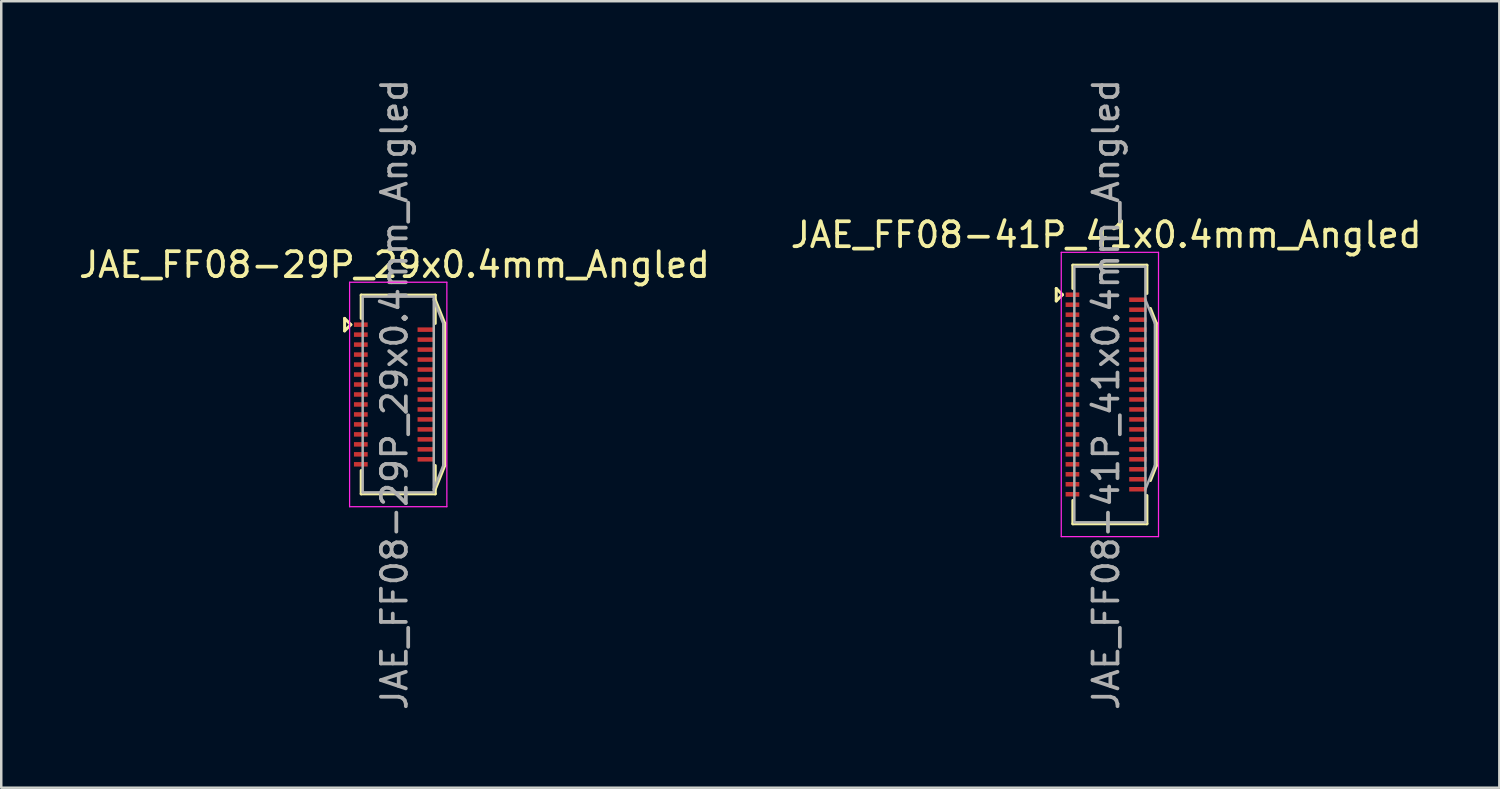
<source format=kicad_pcb>
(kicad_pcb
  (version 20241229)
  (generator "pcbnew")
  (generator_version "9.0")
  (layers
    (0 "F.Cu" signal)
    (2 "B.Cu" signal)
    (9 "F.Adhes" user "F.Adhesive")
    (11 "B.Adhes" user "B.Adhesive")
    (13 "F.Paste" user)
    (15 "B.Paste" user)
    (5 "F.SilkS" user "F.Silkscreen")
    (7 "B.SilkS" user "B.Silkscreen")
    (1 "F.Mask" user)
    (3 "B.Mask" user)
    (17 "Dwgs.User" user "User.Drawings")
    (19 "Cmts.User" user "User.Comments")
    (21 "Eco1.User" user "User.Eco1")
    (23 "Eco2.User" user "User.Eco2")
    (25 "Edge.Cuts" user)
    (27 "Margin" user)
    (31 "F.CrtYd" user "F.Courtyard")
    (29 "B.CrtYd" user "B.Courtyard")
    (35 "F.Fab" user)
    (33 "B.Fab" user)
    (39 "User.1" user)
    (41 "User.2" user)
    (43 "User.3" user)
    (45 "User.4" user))
  (footprint "JAE_FF08-29P_29x0.4mm_Angled"
    (layer "F.Cu")
    (at 12.768 12.768)
    (property "Reference" "JAE_FF08-29P_29x0.4mm_Angled" (at 0 -5.2 0) (layer "F.SilkS") (effects (font (size 1 1) (thickness 0.15))))
    (attr smd)
    (fp_line (start -2 -3.05) (end -1.75 -2.8) (stroke (width 0.12) (type solid)) (layer "F.SilkS"))
    (fp_line (start -2 -2.55) (end -2 -3.05) (stroke (width 0.12) (type solid)) (layer "F.SilkS"))
    (fp_line (start -1.75 -2.8) (end -2 -2.55) (stroke (width 0.12) (type solid)) (layer "F.SilkS"))
    (fp_line (start -1.335 -3.985) (end -1.335 -3.05) (stroke (width 0.12) (type solid)) (layer "F.SilkS"))
    (fp_line (start -1.335 -3.985) (end 1.635 -3.985) (stroke (width 0.12) (type solid)) (layer "F.SilkS"))
    (fp_line (start -1.335 3.985) (end -1.335 3.05) (stroke (width 0.12) (type solid)) (layer "F.SilkS"))
    (fp_line (start 1.635 -3.985) (end 1.635 -2.85) (stroke (width 0.12) (type solid)) (layer "F.SilkS"))
    (fp_line (start 1.635 -3.8) (end 2.015 -2.85) (stroke (width 0.12) (type solid)) (layer "F.SilkS"))
    (fp_line (start 1.635 2.85) (end 1.635 3.985) (stroke (width 0.12) (type solid)) (layer "F.SilkS"))
    (fp_line (start 1.635 3.8) (end 2.015 2.85) (stroke (width 0.12) (type solid)) (layer "F.SilkS"))
    (fp_line (start 1.635 3.985) (end -1.335 3.985) (stroke (width 0.12) (type solid)) (layer "F.SilkS"))
    (fp_line (start 2.015 -2.85) (end 2.015 2.85) (stroke (width 0.12) (type solid)) (layer "F.SilkS"))
    (fp_line (start -1.8 -4.5) (end 2.1 -4.5) (stroke (width 0.05) (type solid)) (layer "F.CrtYd"))
    (fp_line (start -1.8 4.5) (end -1.8 -4.5) (stroke (width 0.05) (type solid)) (layer "F.CrtYd"))
    (fp_line (start 2.1 -4.5) (end 2.1 4.5) (stroke (width 0.05) (type solid)) (layer "F.CrtYd"))
    (fp_line (start 2.1 4.5) (end -1.8 4.5) (stroke (width 0.05) (type solid)) (layer "F.CrtYd"))
    (fp_line (start -1.275 -3.925) (end 1.575 -3.925) (stroke (width 0.1) (type solid)) (layer "F.Fab"))
    (fp_line (start -1.275 3.925) (end -1.275 -3.925) (stroke (width 0.1) (type solid)) (layer "F.Fab"))
    (fp_line (start -1.275 3.925) (end 1.575 3.925) (stroke (width 0.1) (type solid)) (layer "F.Fab"))
    (fp_line (start 1.575 3.925) (end 1.575 -3.925) (stroke (width 0.1) (type solid)) (layer "F.Fab"))
    (fp_line (start 1.955 -2.85) (end 1.575 -3.8) (stroke (width 0.1) (type solid)) (layer "F.Fab"))
    (fp_line (start 1.955 2.85) (end 1.575 3.8) (stroke (width 0.1) (type solid)) (layer "F.Fab"))
    (fp_line (start 1.955 2.85) (end 1.955 -2.85) (stroke (width 0.1) (type solid)) (layer "F.Fab"))
    (fp_text user "${REFERENCE}" (at 0 0 90) (layer "F.Fab") (effects (font (size 1 1) (thickness 0.15))))
    (pad "1" smd rect (at -1.35 -2.8 90) (size 0.18 0.55) (layers "F.Cu" "F.Mask" "F.Paste"))
    (pad "2" smd rect (at 1.275 -2.6 90) (size 0.18 0.7) (layers "F.Cu" "F.Mask" "F.Paste"))
    (pad "3" smd rect (at -1.35 -2.4 90) (size 0.18 0.55) (layers "F.Cu" "F.Mask" "F.Paste"))
    (pad "4" smd rect (at 1.275 -2.2 90) (size 0.18 0.7) (layers "F.Cu" "F.Mask" "F.Paste"))
    (pad "5" smd rect (at -1.35 -2 90) (size 0.18 0.55) (layers "F.Cu" "F.Mask" "F.Paste"))
    (pad "6" smd rect (at 1.275 -1.8 90) (size 0.18 0.7) (layers "F.Cu" "F.Mask" "F.Paste"))
    (pad "7" smd rect (at -1.35 -1.6 90) (size 0.18 0.55) (layers "F.Cu" "F.Mask" "F.Paste"))
    (pad "8" smd rect (at 1.275 -1.4 90) (size 0.18 0.7) (layers "F.Cu" "F.Mask" "F.Paste"))
    (pad "9" smd rect (at -1.35 -1.2 90) (size 0.18 0.55) (layers "F.Cu" "F.Mask" "F.Paste"))
    (pad "10" smd rect (at 1.275 -1 90) (size 0.18 0.7) (layers "F.Cu" "F.Mask" "F.Paste"))
    (pad "11" smd rect (at -1.35 -0.8 90) (size 0.18 0.55) (layers "F.Cu" "F.Mask" "F.Paste"))
    (pad "12" smd rect (at 1.275 -0.6 90) (size 0.18 0.7) (layers "F.Cu" "F.Mask" "F.Paste"))
    (pad "13" smd rect (at -1.35 -0.4 90) (size 0.18 0.55) (layers "F.Cu" "F.Mask" "F.Paste"))
    (pad "14" smd rect (at 1.275 -0.2 90) (size 0.18 0.7) (layers "F.Cu" "F.Mask" "F.Paste"))
    (pad "15" smd rect (at -1.35 0 90) (size 0.18 0.55) (layers "F.Cu" "F.Mask" "F.Paste"))
    (pad "16" smd rect (at 1.275 0.2 90) (size 0.18 0.7) (layers "F.Cu" "F.Mask" "F.Paste"))
    (pad "17" smd rect (at -1.35 0.4 90) (size 0.18 0.55) (layers "F.Cu" "F.Mask" "F.Paste"))
    (pad "18" smd rect (at 1.275 0.6 90) (size 0.18 0.7) (layers "F.Cu" "F.Mask" "F.Paste"))
    (pad "19" smd rect (at -1.35 0.8 90) (size 0.18 0.55) (layers "F.Cu" "F.Mask" "F.Paste"))
    (pad "20" smd rect (at 1.275 1 90) (size 0.18 0.7) (layers "F.Cu" "F.Mask" "F.Paste"))
    (pad "21" smd rect (at -1.35 1.2 90) (size 0.18 0.55) (layers "F.Cu" "F.Mask" "F.Paste"))
    (pad "22" smd rect (at 1.275 1.4 90) (size 0.18 0.7) (layers "F.Cu" "F.Mask" "F.Paste"))
    (pad "23" smd rect (at -1.35 1.6 90) (size 0.18 0.55) (layers "F.Cu" "F.Mask" "F.Paste"))
    (pad "24" smd rect (at 1.275 1.8 90) (size 0.18 0.7) (layers "F.Cu" "F.Mask" "F.Paste"))
    (pad "25" smd rect (at -1.35 2 90) (size 0.18 0.55) (layers "F.Cu" "F.Mask" "F.Paste"))
    (pad "26" smd rect (at 1.275 2.2 90) (size 0.18 0.7) (layers "F.Cu" "F.Mask" "F.Paste"))
    (pad "27" smd rect (at -1.35 2.4 90) (size 0.18 0.55) (layers "F.Cu" "F.Mask" "F.Paste"))
    (pad "28" smd rect (at 1.275 2.6 90) (size 0.18 0.7) (layers "F.Cu" "F.Mask" "F.Paste"))
    (pad "29" smd rect (at -1.35 2.8 90) (size 0.18 0.55) (layers "F.Cu" "F.Mask" "F.Paste")))
  (footprint "JAE_FF08-41P_41x0.4mm_Angled"
    (layer "F.Cu")
    (at 41.304 12.768)
    (property "Reference" "JAE_FF08-41P_41x0.4mm_Angled" (at 0 -6.4 0) (layer "F.SilkS") (effects (font (size 1 1) (thickness 0.15))))
    (attr smd)
    (fp_line (start -2 -4.25) (end -1.75 -4) (stroke (width 0.12) (type solid)) (layer "F.SilkS"))
    (fp_line (start -2 -3.75) (end -2 -4.25) (stroke (width 0.12) (type solid)) (layer "F.SilkS"))
    (fp_line (start -1.75 -4) (end -2 -3.75) (stroke (width 0.12) (type solid)) (layer "F.SilkS"))
    (fp_line (start -1.335 -5.185) (end -1.335 -4.25) (stroke (width 0.12) (type solid)) (layer "F.SilkS"))
    (fp_line (start -1.335 -5.185) (end 1.635 -5.185) (stroke (width 0.12) (type solid)) (layer "F.SilkS"))
    (fp_line (start -1.335 5.185) (end -1.335 4.25) (stroke (width 0.12) (type solid)) (layer "F.SilkS"))
    (fp_line (start 1.635 -5.185) (end 1.635 -4.05) (stroke (width 0.12) (type solid)) (layer "F.SilkS"))
    (fp_line (start 1.635 4.05) (end 1.635 5.185) (stroke (width 0.12) (type solid)) (layer "F.SilkS"))
    (fp_line (start 1.635 5.185) (end -1.335 5.185) (stroke (width 0.12) (type solid)) (layer "F.SilkS"))
    (fp_line (start 1.775 -3.45) (end 2.015 -2.85) (stroke (width 0.12) (type solid)) (layer "F.SilkS"))
    (fp_line (start 1.775 3.45) (end 2.015 2.85) (stroke (width 0.12) (type solid)) (layer "F.SilkS"))
    (fp_line (start 2.015 -2.85) (end 2.015 2.85) (stroke (width 0.12) (type solid)) (layer "F.SilkS"))
    (fp_line (start -1.8 -5.7) (end 2.1 -5.7) (stroke (width 0.05) (type solid)) (layer "F.CrtYd"))
    (fp_line (start -1.8 5.7) (end -1.8 -5.7) (stroke (width 0.05) (type solid)) (layer "F.CrtYd"))
    (fp_line (start 2.1 -5.7) (end 2.1 5.7) (stroke (width 0.05) (type solid)) (layer "F.CrtYd"))
    (fp_line (start 2.1 5.7) (end -1.8 5.7) (stroke (width 0.05) (type solid)) (layer "F.CrtYd"))
    (fp_line (start -1.275 -5.125) (end 1.575 -5.125) (stroke (width 0.1) (type solid)) (layer "F.Fab"))
    (fp_line (start -1.275 5.125) (end -1.275 -5.125) (stroke (width 0.1) (type solid)) (layer "F.Fab"))
    (fp_line (start -1.275 5.125) (end 1.575 5.125) (stroke (width 0.1) (type solid)) (layer "F.Fab"))
    (fp_line (start 1.575 5.125) (end 1.575 -5.125) (stroke (width 0.1) (type solid)) (layer "F.Fab"))
    (fp_line (start 1.955 -2.85) (end 1.575 -3.8) (stroke (width 0.1) (type solid)) (layer "F.Fab"))
    (fp_line (start 1.955 2.85) (end 1.575 3.8) (stroke (width 0.1) (type solid)) (layer "F.Fab"))
    (fp_line (start 1.955 2.85) (end 1.955 -2.85) (stroke (width 0.1) (type solid)) (layer "F.Fab"))
    (fp_text user "${REFERENCE}" (at 0 0 90) (layer "F.Fab") (effects (font (size 1 1) (thickness 0.15))))
    (pad "1" smd rect (at -1.35 -4 90) (size 0.18 0.55) (layers "F.Cu" "F.Mask" "F.Paste"))
    (pad "2" smd rect (at 1.275 -3.8 90) (size 0.18 0.7) (layers "F.Cu" "F.Mask" "F.Paste"))
    (pad "3" smd rect (at -1.35 -3.6 90) (size 0.18 0.55) (layers "F.Cu" "F.Mask" "F.Paste"))
    (pad "4" smd rect (at 1.275 -3.4 90) (size 0.18 0.7) (layers "F.Cu" "F.Mask" "F.Paste"))
    (pad "5" smd rect (at -1.35 -3.2 90) (size 0.18 0.55) (layers "F.Cu" "F.Mask" "F.Paste"))
    (pad "6" smd rect (at 1.275 -3 90) (size 0.18 0.7) (layers "F.Cu" "F.Mask" "F.Paste"))
    (pad "7" smd rect (at -1.35 -2.8 90) (size 0.18 0.55) (layers "F.Cu" "F.Mask" "F.Paste"))
    (pad "8" smd rect (at 1.275 -2.6 90) (size 0.18 0.7) (layers "F.Cu" "F.Mask" "F.Paste"))
    (pad "9" smd rect (at -1.35 -2.4 90) (size 0.18 0.55) (layers "F.Cu" "F.Mask" "F.Paste"))
    (pad "10" smd rect (at 1.275 -2.2 90) (size 0.18 0.7) (layers "F.Cu" "F.Mask" "F.Paste"))
    (pad "11" smd rect (at -1.35 -2 90) (size 0.18 0.55) (layers "F.Cu" "F.Mask" "F.Paste"))
    (pad "12" smd rect (at 1.275 -1.8 90) (size 0.18 0.7) (layers "F.Cu" "F.Mask" "F.Paste"))
    (pad "13" smd rect (at -1.35 -1.6 90) (size 0.18 0.55) (layers "F.Cu" "F.Mask" "F.Paste"))
    (pad "14" smd rect (at 1.275 -1.4 90) (size 0.18 0.7) (layers "F.Cu" "F.Mask" "F.Paste"))
    (pad "15" smd rect (at -1.35 -1.2 90) (size 0.18 0.55) (layers "F.Cu" "F.Mask" "F.Paste"))
    (pad "16" smd rect (at 1.275 -1 90) (size 0.18 0.7) (layers "F.Cu" "F.Mask" "F.Paste"))
    (pad "17" smd rect (at -1.35 -0.8 90) (size 0.18 0.55) (layers "F.Cu" "F.Mask" "F.Paste"))
    (pad "18" smd rect (at 1.275 -0.6 90) (size 0.18 0.7) (layers "F.Cu" "F.Mask" "F.Paste"))
    (pad "19" smd rect (at -1.35 -0.4 90) (size 0.18 0.55) (layers "F.Cu" "F.Mask" "F.Paste"))
    (pad "20" smd rect (at 1.275 -0.2 90) (size 0.18 0.7) (layers "F.Cu" "F.Mask" "F.Paste"))
    (pad "21" smd rect (at -1.35 0 90) (size 0.18 0.55) (layers "F.Cu" "F.Mask" "F.Paste"))
    (pad "22" smd rect (at 1.275 0.2 90) (size 0.18 0.7) (layers "F.Cu" "F.Mask" "F.Paste"))
    (pad "23" smd rect (at -1.35 0.4 90) (size 0.18 0.55) (layers "F.Cu" "F.Mask" "F.Paste"))
    (pad "24" smd rect (at 1.275 0.6 90) (size 0.18 0.7) (layers "F.Cu" "F.Mask" "F.Paste"))
    (pad "25" smd rect (at -1.35 0.8 90) (size 0.18 0.55) (layers "F.Cu" "F.Mask" "F.Paste"))
    (pad "26" smd rect (at 1.275 1 90) (size 0.18 0.7) (layers "F.Cu" "F.Mask" "F.Paste"))
    (pad "27" smd rect (at -1.35 1.2 90) (size 0.18 0.55) (layers "F.Cu" "F.Mask" "F.Paste"))
    (pad "28" smd rect (at 1.275 1.4 90) (size 0.18 0.7) (layers "F.Cu" "F.Mask" "F.Paste"))
    (pad "29" smd rect (at -1.35 1.6 90) (size 0.18 0.55) (layers "F.Cu" "F.Mask" "F.Paste"))
    (pad "30" smd rect (at 1.275 1.8 90) (size 0.18 0.7) (layers "F.Cu" "F.Mask" "F.Paste"))
    (pad "31" smd rect (at -1.35 2 90) (size 0.18 0.55) (layers "F.Cu" "F.Mask" "F.Paste"))
    (pad "32" smd rect (at 1.275 2.2 90) (size 0.18 0.7) (layers "F.Cu" "F.Mask" "F.Paste"))
    (pad "33" smd rect (at -1.35 2.4 90) (size 0.18 0.55) (layers "F.Cu" "F.Mask" "F.Paste"))
    (pad "34" smd rect (at 1.275 2.6 90) (size 0.18 0.7) (layers "F.Cu" "F.Mask" "F.Paste"))
    (pad "35" smd rect (at -1.35 2.8 90) (size 0.18 0.55) (layers "F.Cu" "F.Mask" "F.Paste"))
    (pad "36" smd rect (at 1.275 3 90) (size 0.18 0.7) (layers "F.Cu" "F.Mask" "F.Paste"))
    (pad "37" smd rect (at -1.35 3.2 90) (size 0.18 0.55) (layers "F.Cu" "F.Mask" "F.Paste"))
    (pad "38" smd rect (at 1.275 3.4 90) (size 0.18 0.7) (layers "F.Cu" "F.Mask" "F.Paste"))
    (pad "39" smd rect (at -1.35 3.6 90) (size 0.18 0.55) (layers "F.Cu" "F.Mask" "F.Paste"))
    (pad "40" smd rect (at 1.275 3.8 90) (size 0.18 0.7) (layers "F.Cu" "F.Mask" "F.Paste"))
    (pad "41" smd rect (at -1.35 4 90) (size 0.18 0.55) (layers "F.Cu" "F.Mask" "F.Paste")))
  (gr_rect
    (start -3 -3)
    (end 57.071 28.536)
    (stroke (width 0.1) (type default))
    (fill no)
    (layer "Edge.Cuts")))
</source>
